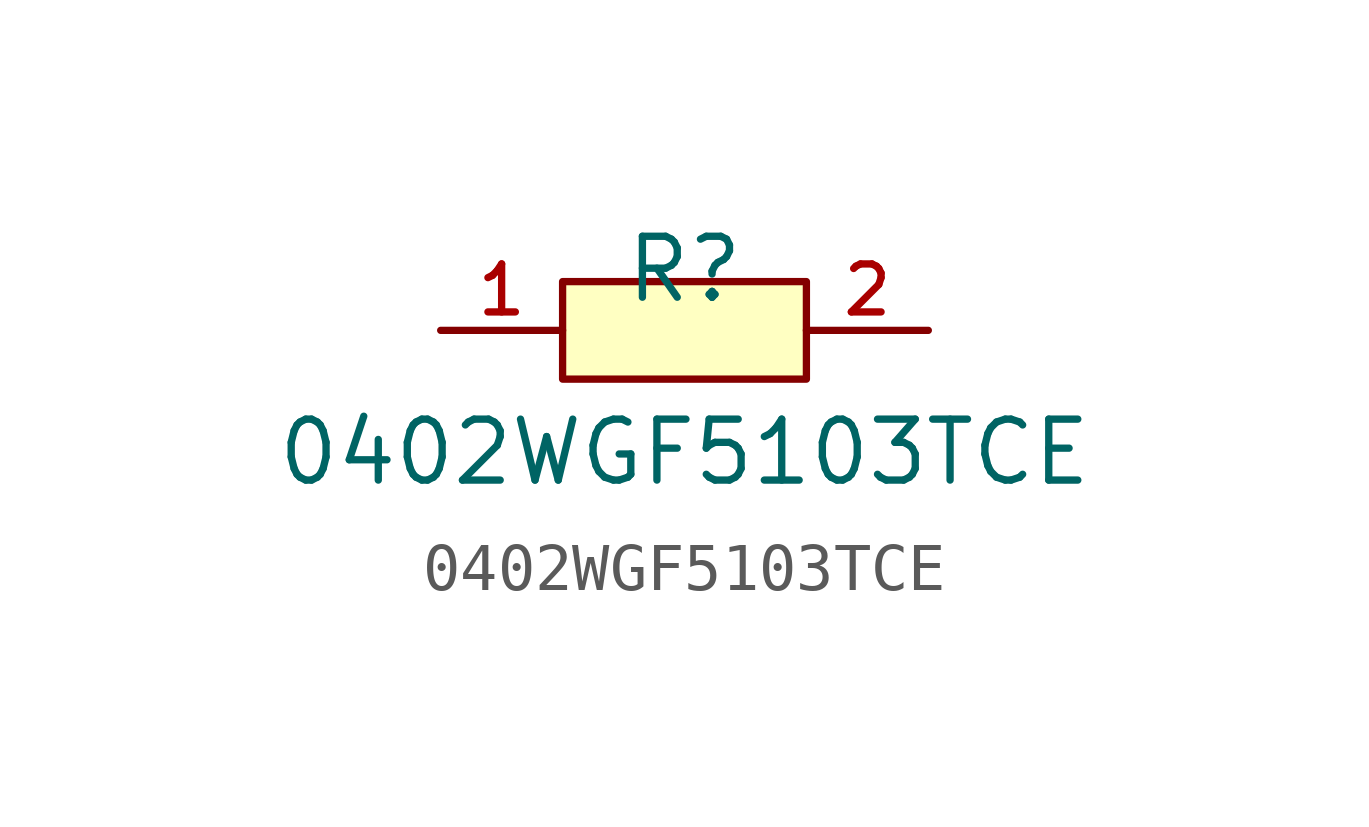
<source format=kicad_sym>
(kicad_symbol_lib
  (version 20210201)
  (generator TousstNicolas/JLC2KiCad_lib)
  (symbol "0402WGF5103TCE"
    (pin_names hide)
    (property "Reference" "R"
      (at 0 1.27 0)
      (effects (font (size 1.27 1.27))))
    (property "Value" "0402WGF5103TCE"
      (at 0 -2.54 0)
      (effects (font (size 1.27 1.27))))
    (symbol "0402WGF5103TCE_0_1"
      (pin input line (at 5.08 -0.0 180) (length 2.54) (name "2" (effects (font (size 1 1)))) (number "2" (effects (font (size 1 1)))))
      (pin input line (at -5.08 -0.0 0) (length 2.54) (name "1" (effects (font (size 1 1)))) (number "1" (effects (font (size 1 1)))))
      (rectangle (start -2.54 1.016) (end 2.54 -1.016) (stroke (width 0) (type default) (color 0 0 0 0)) (fill (type background))))))
</source>
